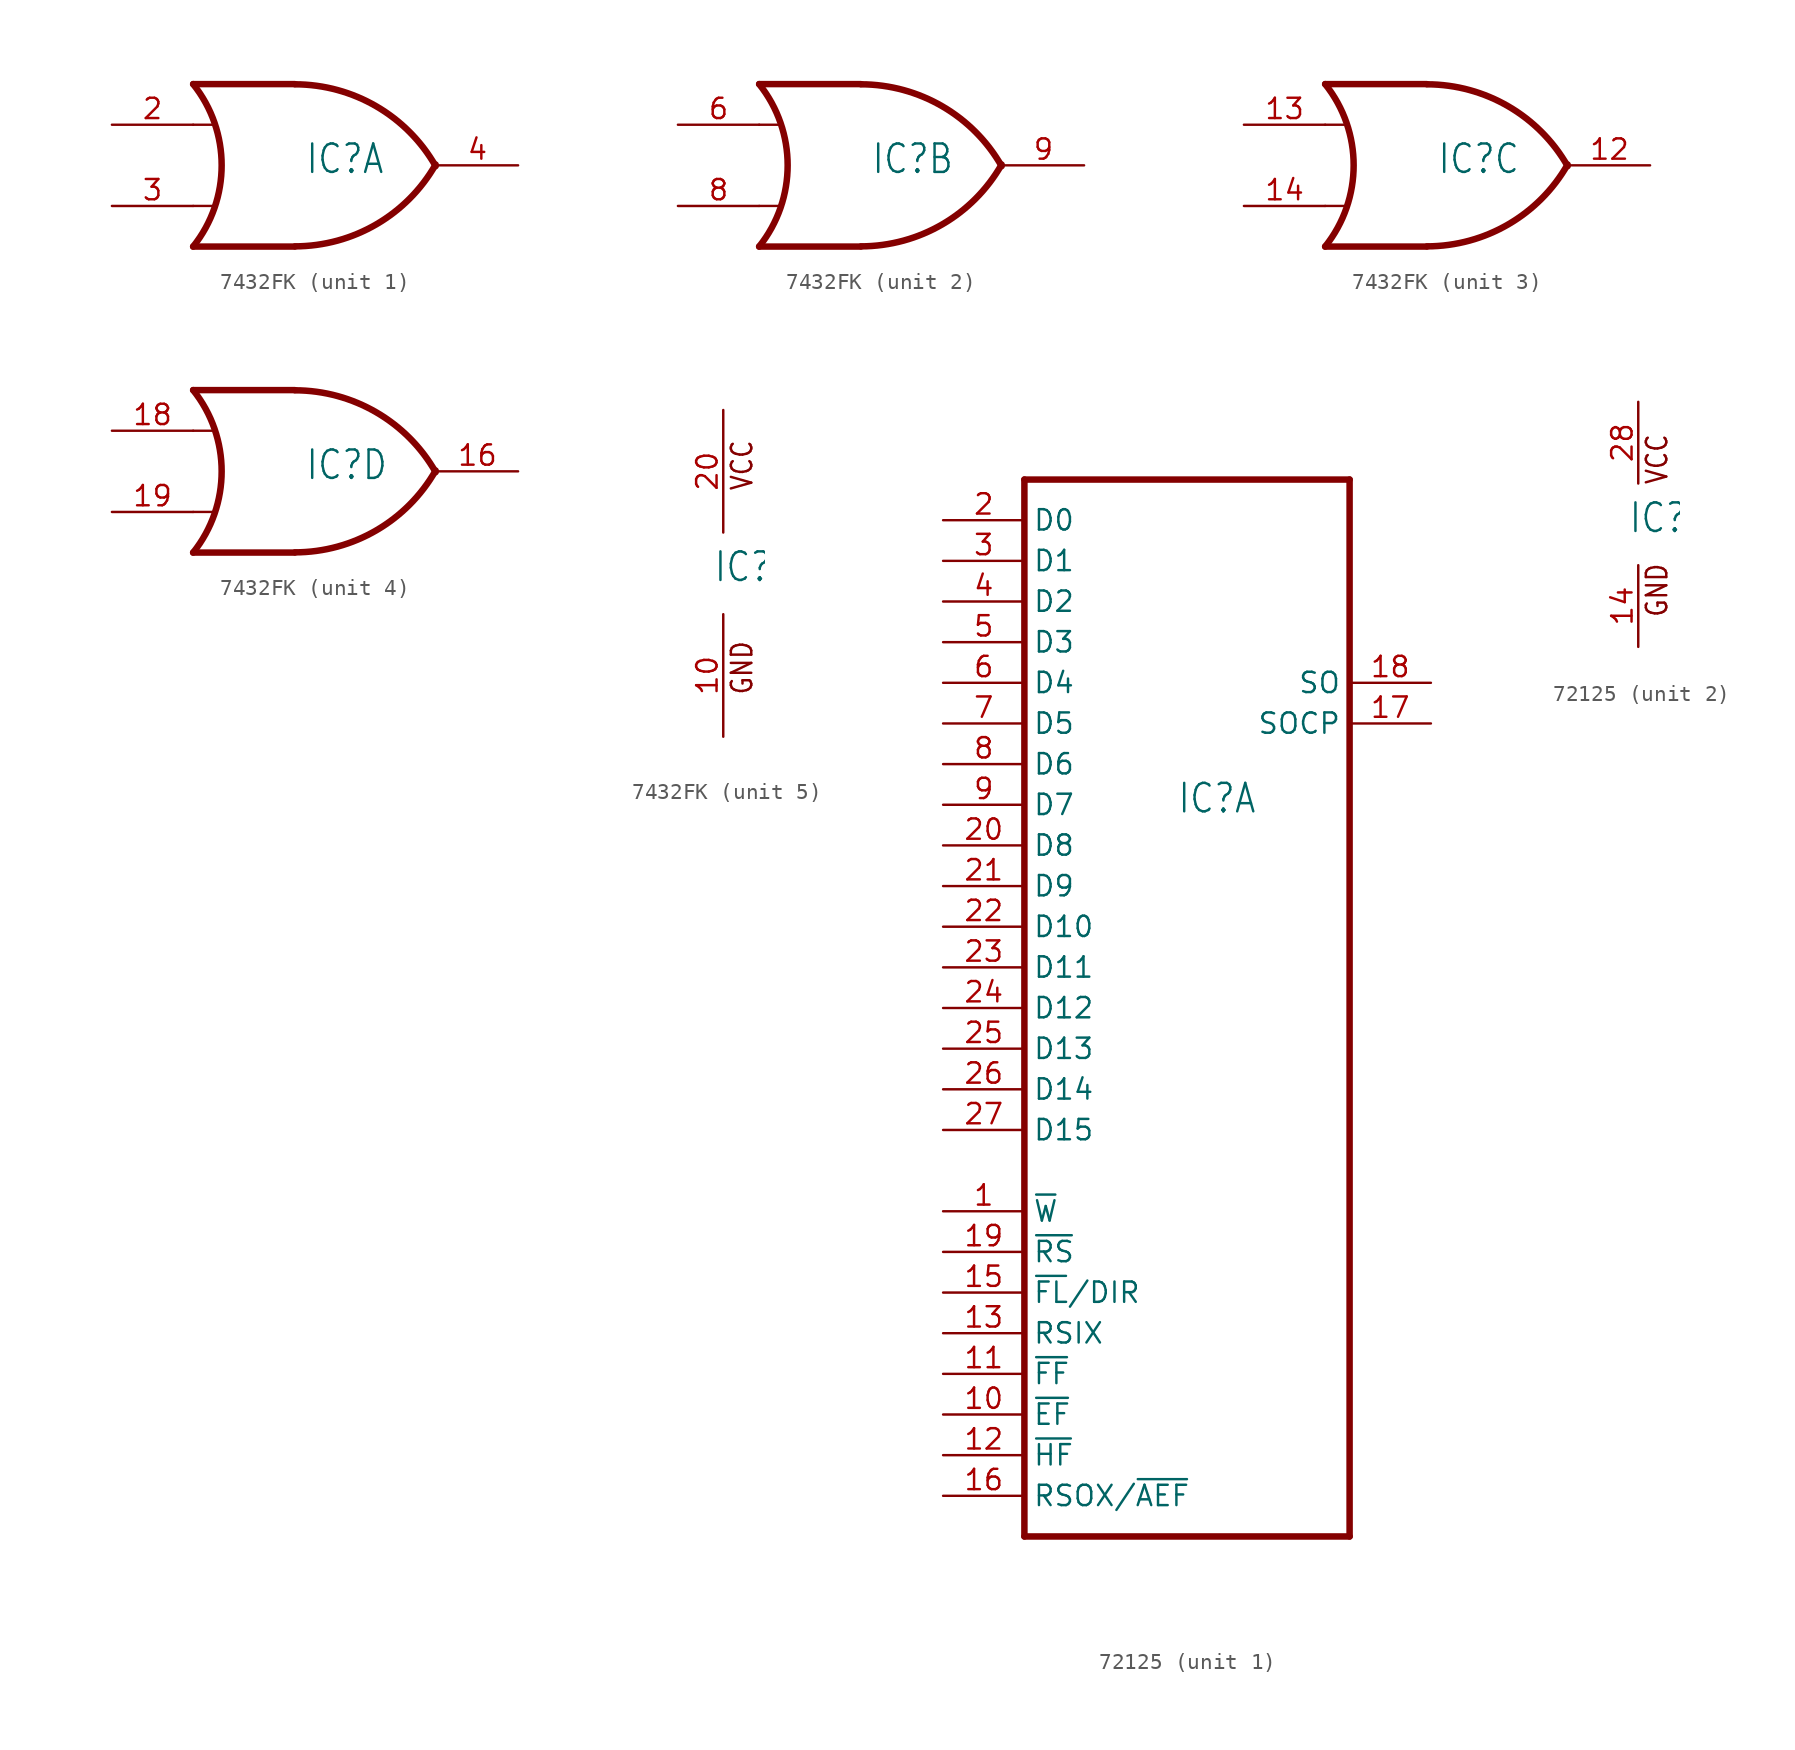
<source format=kicad_sym>
(kicad_symbol_lib
  (version 20231120)
  (generator "kicad_symbol_editor")
  (generator_version "8.0")
  (symbol "7432FK"
    (property "Reference" "IC"
      (at -0.635 -0.635 0)
      (effects (font (size 1.778 1.511)) (justify left bottom)))
    (property "ki_locked" ""
      (at 0 0 0)
      (effects (font (size 1.27 1.27))))
    (symbol "7432FK_1_0"
      (arc (start -7.6199 -5.0799) (mid -5.838 0.0001) (end -7.62 5.08) (stroke (width 0.4064) (type solid)) (fill (type none)))
      (arc (start -1.2446 -5.0678) (mid 3.8371 -3.6891) (end 7.5439 0.0506) (stroke (width 0.4064) (type solid)) (fill (type none)))
      (polyline (pts (xy -7.62 -2.54) (xy -6.35 -2.54)) (stroke (width 0.152) (type solid)) (fill (type none)))
      (polyline (pts (xy -7.62 2.54) (xy -6.35 2.54)) (stroke (width 0.152) (type solid)) (fill (type none)))
      (polyline (pts (xy -1.27 -5.08) (xy -7.62 -5.08)) (stroke (width 0.406) (type solid)) (fill (type none)))
      (polyline (pts (xy -1.27 5.08) (xy -7.62 5.08)) (stroke (width 0.406) (type solid)) (fill (type none)))
      (arc (start 7.5441 -0.0504) (mid 3.8372 3.6892) (end -1.2446 5.0678) (stroke (width 0.4064) (type solid)) (fill (type none)))
      (pin input line (at -12.7 2.54 0) (length 5.08) (name "I0" (effects (font (size 0 0)))) (number "2" (effects (font (size 1.27 1.27)))))
      (pin input line (at -12.7 -2.54 0) (length 5.08) (name "I1" (effects (font (size 0 0)))) (number "3" (effects (font (size 1.27 1.27)))))
      (pin output line (at 12.7 0 180) (length 5.08) (name "O" (effects (font (size 0 0)))) (number "4" (effects (font (size 1.27 1.27))))))
    (symbol "7432FK_2_0"
      (arc (start -7.6199 -5.0799) (mid -5.838 0.0001) (end -7.62 5.08) (stroke (width 0.4064) (type solid)) (fill (type none)))
      (arc (start -1.2446 -5.0678) (mid 3.8371 -3.6891) (end 7.5439 0.0506) (stroke (width 0.4064) (type solid)) (fill (type none)))
      (polyline (pts (xy -7.62 -2.54) (xy -6.35 -2.54)) (stroke (width 0.152) (type solid)) (fill (type none)))
      (polyline (pts (xy -7.62 2.54) (xy -6.35 2.54)) (stroke (width 0.152) (type solid)) (fill (type none)))
      (polyline (pts (xy -1.27 -5.08) (xy -7.62 -5.08)) (stroke (width 0.406) (type solid)) (fill (type none)))
      (polyline (pts (xy -1.27 5.08) (xy -7.62 5.08)) (stroke (width 0.406) (type solid)) (fill (type none)))
      (arc (start 7.5441 -0.0504) (mid 3.8372 3.6892) (end -1.2446 5.0678) (stroke (width 0.4064) (type solid)) (fill (type none)))
      (pin input line (at -12.7 2.54 0) (length 5.08) (name "I0" (effects (font (size 0 0)))) (number "6" (effects (font (size 1.27 1.27)))))
      (pin input line (at -12.7 -2.54 0) (length 5.08) (name "I1" (effects (font (size 0 0)))) (number "8" (effects (font (size 1.27 1.27)))))
      (pin output line (at 12.7 0 180) (length 5.08) (name "O" (effects (font (size 0 0)))) (number "9" (effects (font (size 1.27 1.27))))))
    (symbol "7432FK_3_0"
      (arc (start -7.6199 -5.0799) (mid -5.838 0.0001) (end -7.62 5.08) (stroke (width 0.4064) (type solid)) (fill (type none)))
      (arc (start -1.2446 -5.0678) (mid 3.8371 -3.6891) (end 7.5439 0.0506) (stroke (width 0.4064) (type solid)) (fill (type none)))
      (polyline (pts (xy -7.62 -2.54) (xy -6.35 -2.54)) (stroke (width 0.152) (type solid)) (fill (type none)))
      (polyline (pts (xy -7.62 2.54) (xy -6.35 2.54)) (stroke (width 0.152) (type solid)) (fill (type none)))
      (polyline (pts (xy -1.27 -5.08) (xy -7.62 -5.08)) (stroke (width 0.406) (type solid)) (fill (type none)))
      (polyline (pts (xy -1.27 5.08) (xy -7.62 5.08)) (stroke (width 0.406) (type solid)) (fill (type none)))
      (arc (start 7.5441 -0.0504) (mid 3.8372 3.6892) (end -1.2446 5.0678) (stroke (width 0.4064) (type solid)) (fill (type none)))
      (pin output line (at 12.7 0 180) (length 5.08) (name "O" (effects (font (size 0 0)))) (number "12" (effects (font (size 1.27 1.27)))))
      (pin input line (at -12.7 2.54 0) (length 5.08) (name "I0" (effects (font (size 0 0)))) (number "13" (effects (font (size 1.27 1.27)))))
      (pin input line (at -12.7 -2.54 0) (length 5.08) (name "I1" (effects (font (size 0 0)))) (number "14" (effects (font (size 1.27 1.27))))))
    (symbol "7432FK_4_0"
      (arc (start -7.6199 -5.0799) (mid -5.838 0.0001) (end -7.62 5.08) (stroke (width 0.4064) (type solid)) (fill (type none)))
      (arc (start -1.2446 -5.0678) (mid 3.8371 -3.6891) (end 7.5439 0.0506) (stroke (width 0.4064) (type solid)) (fill (type none)))
      (polyline (pts (xy -7.62 -2.54) (xy -6.35 -2.54)) (stroke (width 0.152) (type solid)) (fill (type none)))
      (polyline (pts (xy -7.62 2.54) (xy -6.35 2.54)) (stroke (width 0.152) (type solid)) (fill (type none)))
      (polyline (pts (xy -1.27 -5.08) (xy -7.62 -5.08)) (stroke (width 0.406) (type solid)) (fill (type none)))
      (polyline (pts (xy -1.27 5.08) (xy -7.62 5.08)) (stroke (width 0.406) (type solid)) (fill (type none)))
      (arc (start 7.5441 -0.0504) (mid 3.8372 3.6892) (end -1.2446 5.0678) (stroke (width 0.4064) (type solid)) (fill (type none)))
      (pin output line (at 12.7 0 180) (length 5.08) (name "O" (effects (font (size 0 0)))) (number "16" (effects (font (size 1.27 1.27)))))
      (pin input line (at -12.7 2.54 0) (length 5.08) (name "I0" (effects (font (size 0 0)))) (number "18" (effects (font (size 1.27 1.27)))))
      (pin input line (at -12.7 -2.54 0) (length 5.08) (name "I1" (effects (font (size 0 0)))) (number "19" (effects (font (size 1.27 1.27))))))
    (symbol "7432FK_5_0"
      (text "GND" (at 1.905 -7.62 900) (effects (font (size 1.27 1.079)) (justify left bottom)))
      (text "VCC" (at 1.905 5.08 900) (effects (font (size 1.27 1.079)) (justify left bottom)))
      (pin power_in line (at 0 -10.16 90) (length 7.62) (name "GND" (effects (font (size 0 0)))) (number "10" (effects (font (size 1.27 1.27)))))
      (pin power_in line (at 0 10.16 270) (length 7.62) (name "VCC" (effects (font (size 0 0)))) (number "20" (effects (font (size 1.27 1.27)))))))
  (symbol "72125"
    (property "Reference" "IC"
      (at -0.635 -0.635 0)
      (effects (font (size 1.778 1.511)) (justify left bottom)))
    (property "ki_locked" ""
      (at 0 0 0)
      (effects (font (size 1.27 1.27))))
    (symbol "72125_1_0"
      (polyline (pts (xy -10.16 -45.72) (xy 10.16 -45.72)) (stroke (width 0.406) (type solid)) (fill (type none)))
      (polyline (pts (xy -10.16 20.32) (xy -10.16 -45.72)) (stroke (width 0.406) (type solid)) (fill (type none)))
      (polyline (pts (xy 10.16 -45.72) (xy 10.16 20.32)) (stroke (width 0.406) (type solid)) (fill (type none)))
      (polyline (pts (xy 10.16 20.32) (xy -10.16 20.32)) (stroke (width 0.406) (type solid)) (fill (type none)))
      (pin input line (at -15.24 -25.4 0) (length 5.08) (name "~{W}" (effects (font (size 1.27 1.27)))) (number "1" (effects (font (size 1.27 1.27)))))
      (pin output line (at -15.24 -38.1 0) (length 5.08) (name "~{EF}" (effects (font (size 1.27 1.27)))) (number "10" (effects (font (size 1.27 1.27)))))
      (pin output line (at -15.24 -35.56 0) (length 5.08) (name "~{FF}" (effects (font (size 1.27 1.27)))) (number "11" (effects (font (size 1.27 1.27)))))
      (pin output line (at -15.24 -40.64 0) (length 5.08) (name "~{HF}" (effects (font (size 1.27 1.27)))) (number "12" (effects (font (size 1.27 1.27)))))
      (pin input line (at -15.24 -33.02 0) (length 5.08) (name "RSIX" (effects (font (size 1.27 1.27)))) (number "13" (effects (font (size 1.27 1.27)))))
      (pin input line (at -15.24 -30.48 0) (length 5.08) (name "~{FL}/DIR" (effects (font (size 1.27 1.27)))) (number "15" (effects (font (size 1.27 1.27)))))
      (pin output line (at -15.24 -43.18 0) (length 5.08) (name "RSOX/~{AEF}" (effects (font (size 1.27 1.27)))) (number "16" (effects (font (size 1.27 1.27)))))
      (pin input line (at 15.24 5.08 180) (length 5.08) (name "SOCP" (effects (font (size 1.27 1.27)))) (number "17" (effects (font (size 1.27 1.27)))))
      (pin output line (at 15.24 7.62 180) (length 5.08) (name "SO" (effects (font (size 1.27 1.27)))) (number "18" (effects (font (size 1.27 1.27)))))
      (pin input line (at -15.24 -27.94 0) (length 5.08) (name "~{RS}" (effects (font (size 1.27 1.27)))) (number "19" (effects (font (size 1.27 1.27)))))
      (pin input line (at -15.24 17.78 0) (length 5.08) (name "D0" (effects (font (size 1.27 1.27)))) (number "2" (effects (font (size 1.27 1.27)))))
      (pin input line (at -15.24 -2.54 0) (length 5.08) (name "D8" (effects (font (size 1.27 1.27)))) (number "20" (effects (font (size 1.27 1.27)))))
      (pin input line (at -15.24 -5.08 0) (length 5.08) (name "D9" (effects (font (size 1.27 1.27)))) (number "21" (effects (font (size 1.27 1.27)))))
      (pin input line (at -15.24 -7.62 0) (length 5.08) (name "D10" (effects (font (size 1.27 1.27)))) (number "22" (effects (font (size 1.27 1.27)))))
      (pin input line (at -15.24 -10.16 0) (length 5.08) (name "D11" (effects (font (size 1.27 1.27)))) (number "23" (effects (font (size 1.27 1.27)))))
      (pin input line (at -15.24 -12.7 0) (length 5.08) (name "D12" (effects (font (size 1.27 1.27)))) (number "24" (effects (font (size 1.27 1.27)))))
      (pin input line (at -15.24 -15.24 0) (length 5.08) (name "D13" (effects (font (size 1.27 1.27)))) (number "25" (effects (font (size 1.27 1.27)))))
      (pin input line (at -15.24 -17.78 0) (length 5.08) (name "D14" (effects (font (size 1.27 1.27)))) (number "26" (effects (font (size 1.27 1.27)))))
      (pin input line (at -15.24 -20.32 0) (length 5.08) (name "D15" (effects (font (size 1.27 1.27)))) (number "27" (effects (font (size 1.27 1.27)))))
      (pin input line (at -15.24 15.24 0) (length 5.08) (name "D1" (effects (font (size 1.27 1.27)))) (number "3" (effects (font (size 1.27 1.27)))))
      (pin input line (at -15.24 12.7 0) (length 5.08) (name "D2" (effects (font (size 1.27 1.27)))) (number "4" (effects (font (size 1.27 1.27)))))
      (pin input line (at -15.24 10.16 0) (length 5.08) (name "D3" (effects (font (size 1.27 1.27)))) (number "5" (effects (font (size 1.27 1.27)))))
      (pin input line (at -15.24 7.62 0) (length 5.08) (name "D4" (effects (font (size 1.27 1.27)))) (number "6" (effects (font (size 1.27 1.27)))))
      (pin input line (at -15.24 5.08 0) (length 5.08) (name "D5" (effects (font (size 1.27 1.27)))) (number "7" (effects (font (size 1.27 1.27)))))
      (pin input line (at -15.24 2.54 0) (length 5.08) (name "D6" (effects (font (size 1.27 1.27)))) (number "8" (effects (font (size 1.27 1.27)))))
      (pin input line (at -15.24 0 0) (length 5.08) (name "D7" (effects (font (size 1.27 1.27)))) (number "9" (effects (font (size 1.27 1.27))))))
    (symbol "72125_2_0"
      (text "GND" (at 1.905 -5.842 900) (effects (font (size 1.27 1.079)) (justify left bottom)))
      (text "VCC" (at 1.905 2.413 900) (effects (font (size 1.27 1.079)) (justify left bottom)))
      (pin power_in line (at 0 -7.62 90) (length 5.08) (name "GND" (effects (font (size 0 0)))) (number "14" (effects (font (size 1.27 1.27)))))
      (pin power_in line (at 0 7.62 270) (length 5.08) (name "VCC" (effects (font (size 0 0)))) (number "28" (effects (font (size 1.27 1.27))))))))
</source>
